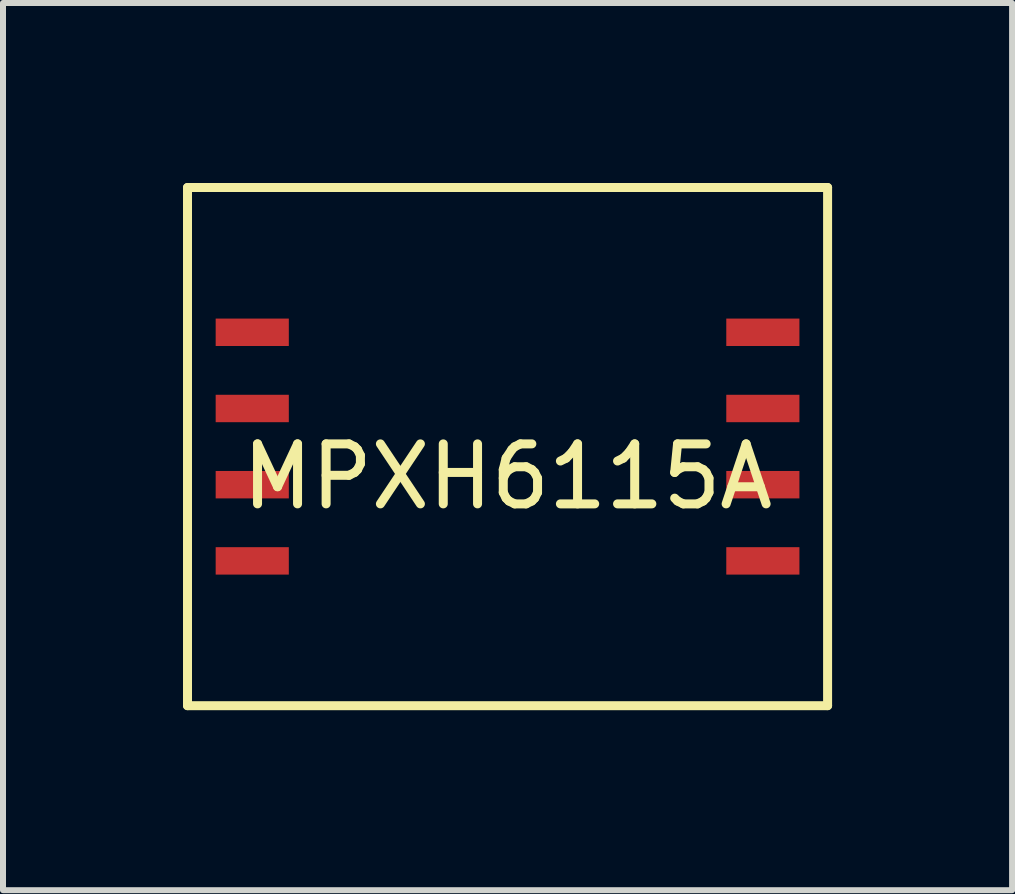
<source format=kicad_pcb>
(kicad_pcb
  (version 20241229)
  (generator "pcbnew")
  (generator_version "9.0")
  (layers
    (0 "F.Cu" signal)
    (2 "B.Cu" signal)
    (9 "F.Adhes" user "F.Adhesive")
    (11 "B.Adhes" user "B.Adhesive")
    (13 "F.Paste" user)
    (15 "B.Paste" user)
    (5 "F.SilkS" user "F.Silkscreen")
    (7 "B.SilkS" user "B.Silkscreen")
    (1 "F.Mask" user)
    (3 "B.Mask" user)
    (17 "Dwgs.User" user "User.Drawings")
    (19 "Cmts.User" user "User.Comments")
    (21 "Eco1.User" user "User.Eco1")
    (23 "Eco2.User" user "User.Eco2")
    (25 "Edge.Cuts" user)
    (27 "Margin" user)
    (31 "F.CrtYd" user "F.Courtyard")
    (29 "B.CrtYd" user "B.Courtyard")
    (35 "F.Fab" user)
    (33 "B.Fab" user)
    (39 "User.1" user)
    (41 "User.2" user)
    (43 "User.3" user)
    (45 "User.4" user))
  (footprint "MPXH6115A"
    (layer "F.Cu")
    (at 5.409 4.393)
    (property "Reference" "MPXH6115A" (at 0 0.5 0) (layer "F.SilkS") (effects (font (size 1 1) (thickness 0.15))))
    (attr through_hole)
    (fp_line (start -5.334 -4.318) (end -5.334 4.318) (stroke (width 0.15) (type solid)) (layer "F.SilkS"))
    (fp_line (start -5.334 4.318) (end 5.334 4.318) (stroke (width 0.15) (type solid)) (layer "F.SilkS"))
    (fp_line (start 5.334 -4.318) (end -5.334 -4.318) (stroke (width 0.15) (type solid)) (layer "F.SilkS"))
    (fp_line (start 5.334 4.318) (end 5.334 -4.318) (stroke (width 0.15) (type solid)) (layer "F.SilkS"))
    (pad "1" smd rect (at -4.255 1.905) (size 1.219 0.457) (layers "F.Cu" "F.Mask" "F.Paste"))
    (pad "2" smd rect (at -4.255 0.635) (size 1.219 0.457) (layers "F.Cu" "F.Mask" "F.Paste"))
    (pad "3" smd rect (at -4.255 -0.635) (size 1.219 0.457) (layers "F.Cu" "F.Mask" "F.Paste"))
    (pad "4" smd rect (at -4.255 -1.905) (size 1.219 0.457) (layers "F.Cu" "F.Mask" "F.Paste"))
    (pad "5" smd rect (at 4.255 -1.905) (size 1.219 0.457) (layers "F.Cu" "F.Mask" "F.Paste"))
    (pad "6" smd rect (at 4.255 -0.635) (size 1.219 0.457) (layers "F.Cu" "F.Mask" "F.Paste"))
    (pad "7" smd rect (at 4.255 0.635) (size 1.219 0.457) (layers "F.Cu" "F.Mask" "F.Paste"))
    (pad "8" smd rect (at 4.255 1.905) (size 1.219 0.457) (layers "F.Cu" "F.Mask" "F.Paste")))
  (gr_rect
    (start -3 -3)
    (end 13.818 11.786)
    (stroke (width 0.1) (type default))
    (fill no)
    (layer "Edge.Cuts")))
</source>
